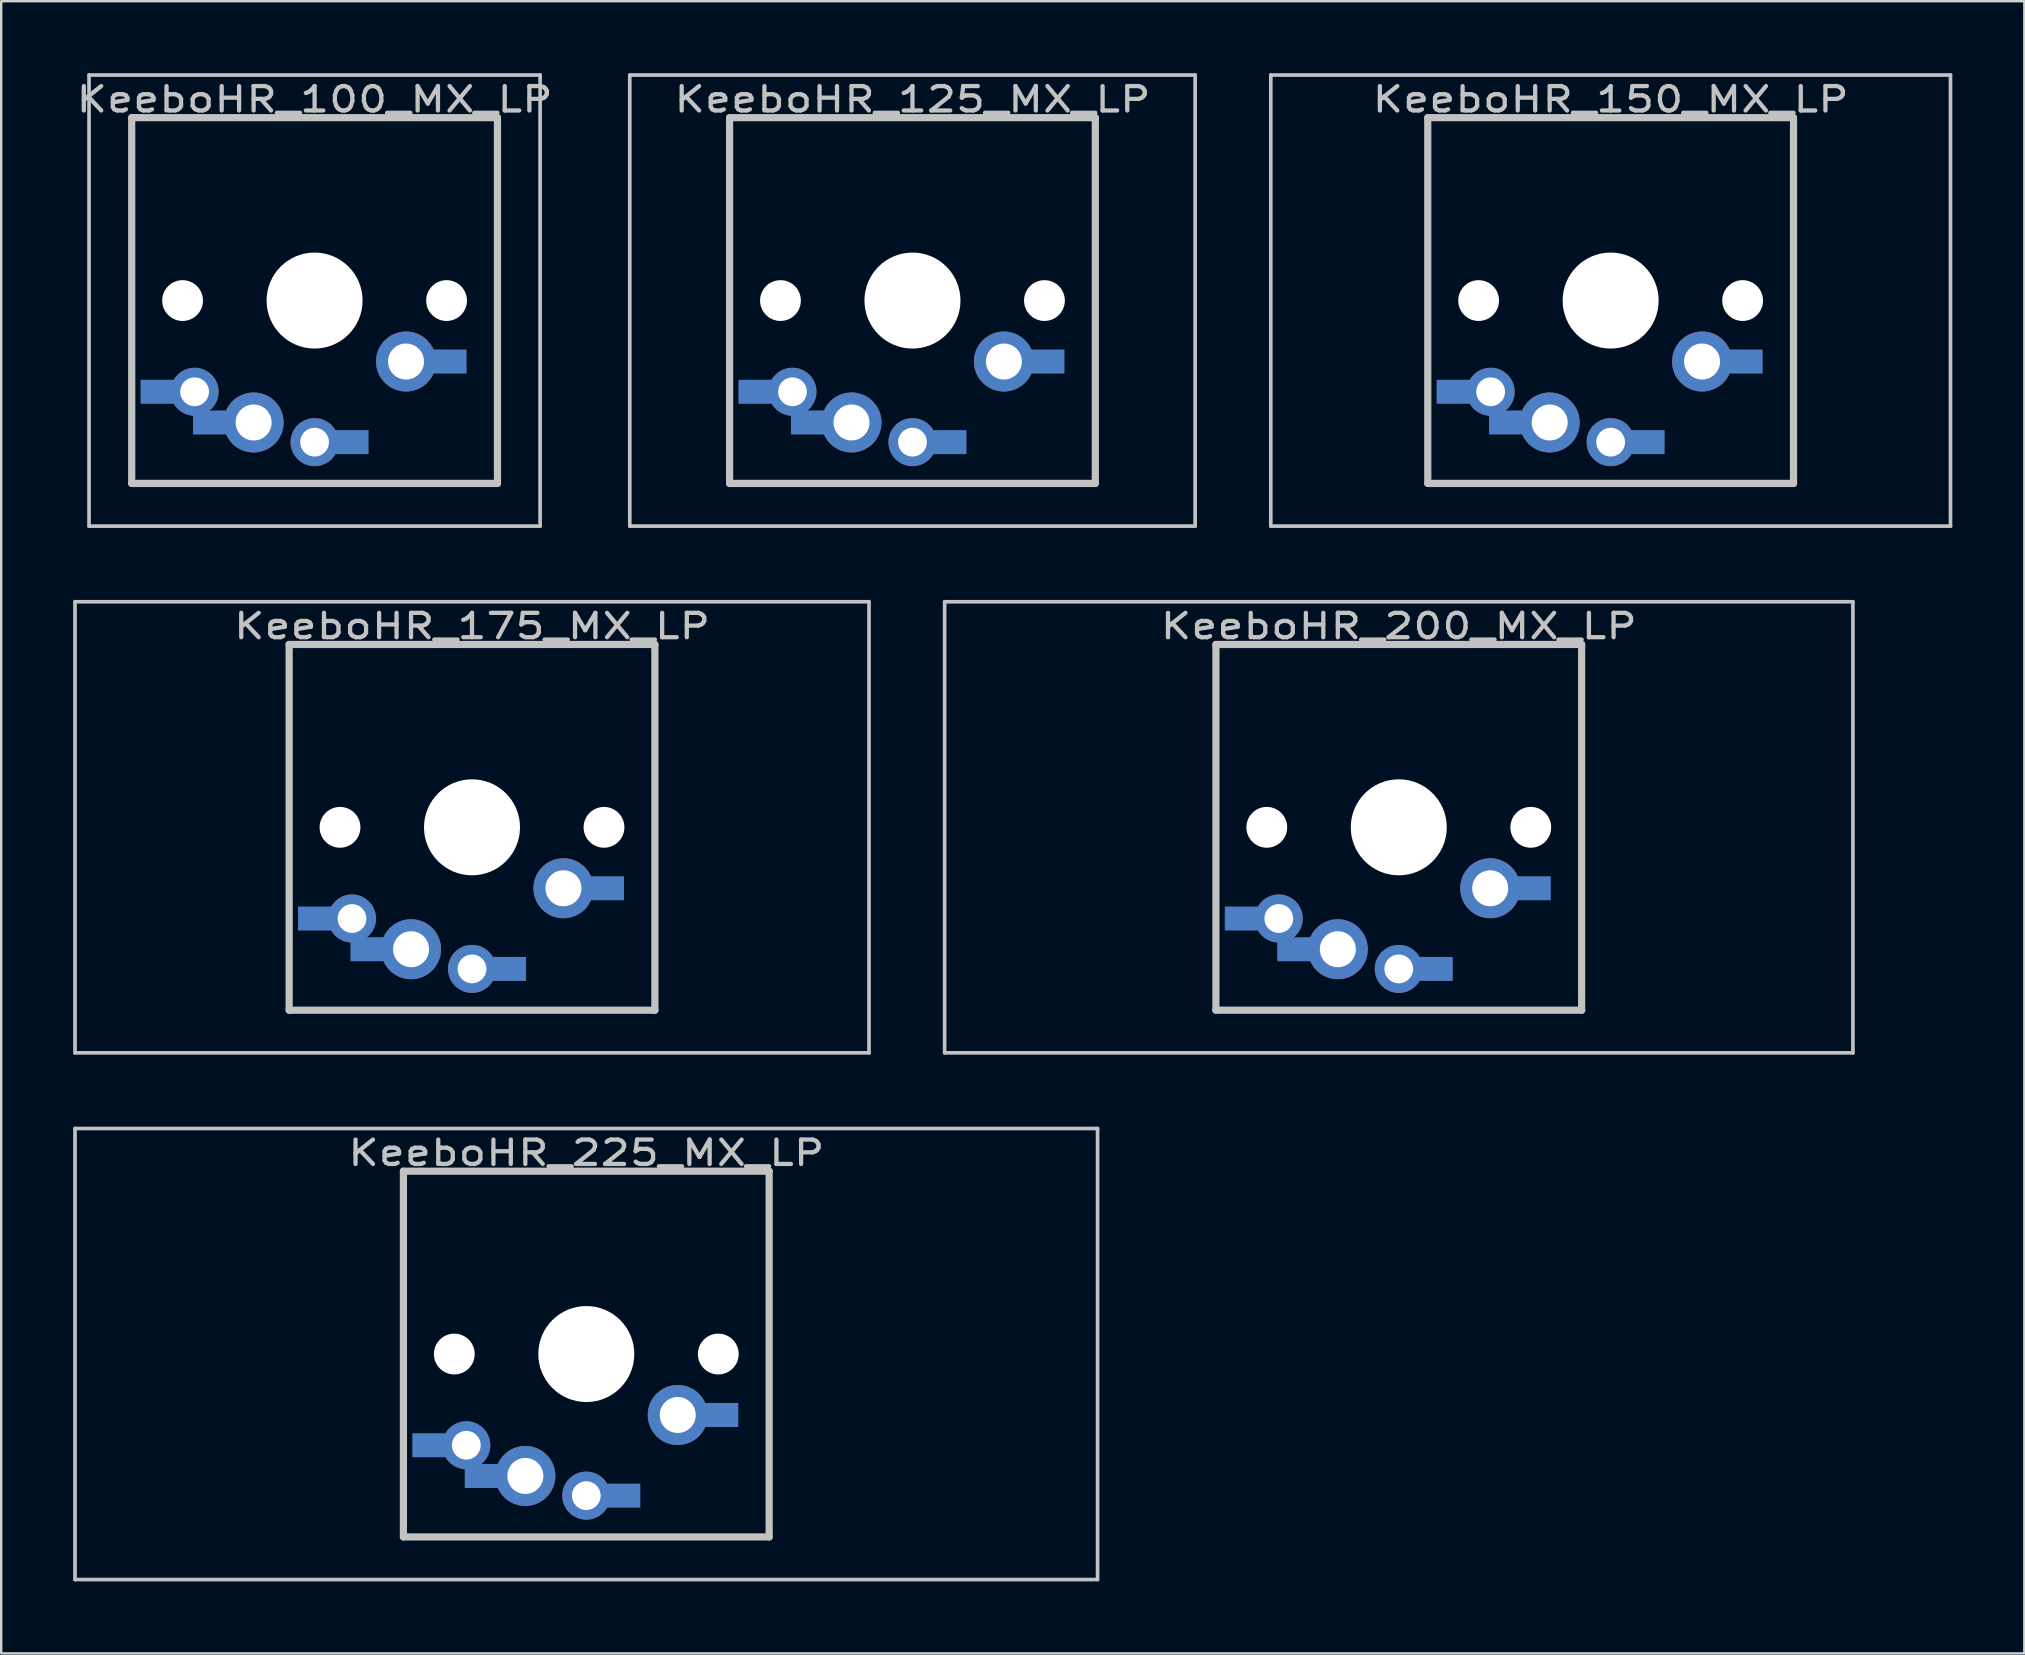
<source format=kicad_pcb>
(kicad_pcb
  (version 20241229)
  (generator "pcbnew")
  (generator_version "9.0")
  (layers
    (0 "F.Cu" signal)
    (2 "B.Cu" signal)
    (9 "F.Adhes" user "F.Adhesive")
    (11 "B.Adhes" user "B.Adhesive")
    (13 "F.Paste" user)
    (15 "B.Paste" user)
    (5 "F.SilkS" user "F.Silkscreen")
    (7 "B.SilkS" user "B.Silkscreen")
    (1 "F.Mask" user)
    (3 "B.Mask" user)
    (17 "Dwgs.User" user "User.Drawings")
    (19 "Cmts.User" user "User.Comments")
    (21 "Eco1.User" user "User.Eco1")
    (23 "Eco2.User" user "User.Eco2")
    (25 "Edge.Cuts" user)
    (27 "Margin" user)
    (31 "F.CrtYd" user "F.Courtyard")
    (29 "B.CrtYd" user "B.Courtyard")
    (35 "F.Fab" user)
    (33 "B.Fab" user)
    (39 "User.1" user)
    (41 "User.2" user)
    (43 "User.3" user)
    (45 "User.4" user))
  (footprint "KeeboHR_225_MX_LP"
    (layer "B.Cu")
    (at 21.38 53.371)
    (property "Reference" "KeeboHR_225_MX_LP" (at 0 -8.382 0) (layer "Dwgs.User") (effects (font (size 1.016 1.27) (thickness 0.178))))
    (attr through_hole)
    (fp_line (start -21.304 -9.398) (end 21.304 -9.398) (stroke (width 0.152) (type solid)) (layer "Dwgs.User"))
    (fp_line (start -21.304 9.398) (end -21.304 -9.398) (stroke (width 0.152) (type solid)) (layer "Dwgs.User"))
    (fp_line (start -7.62 -7.62) (end 7.62 -7.62) (stroke (width 0.3) (type solid)) (layer "Dwgs.User"))
    (fp_line (start -7.62 7.62) (end -7.62 -7.62) (stroke (width 0.3) (type solid)) (layer "Dwgs.User"))
    (fp_line (start 7.62 -7.62) (end 7.62 7.62) (stroke (width 0.3) (type solid)) (layer "Dwgs.User"))
    (fp_line (start 7.62 7.62) (end -7.62 7.62) (stroke (width 0.3) (type solid)) (layer "Dwgs.User"))
    (fp_line (start 21.304 -9.398) (end 21.304 9.398) (stroke (width 0.152) (type solid)) (layer "Dwgs.User"))
    (fp_line (start 21.304 9.398) (end -21.304 9.398) (stroke (width 0.152) (type solid)) (layer "Dwgs.User"))
    (pad "" np_thru_hole circle (at -5.5 0) (size 1.7 1.7) (drill 1.7) (layers "*.Cu" "*.Mask"))
    (pad "" np_thru_hole circle (at 0 0) (size 4 4) (drill 4) (layers "*.Cu" "*.Mask"))
    (pad "" np_thru_hole circle (at 5.5 0) (size 1.7 1.7) (drill 1.7) (layers "*.Cu" "*.Mask"))
    (pad "1" thru_hole circle (at 0 5.9) (size 2 2) (drill 1.2) (layers "*.Cu" "*.Mask"))
    (pad "1" smd rect (at 1.25 5.9) (size 2 1) (layers "B.Cu" "B.Mask"))
    (pad "1" thru_hole circle (at 3.81 2.54) (size 2.5 2.5) (drill 1.5) (layers "*.Cu" "*.Mask"))
    (pad "1" smd rect (at 5.334 2.54) (size 2 1) (layers "B.Cu" "B.Mask"))
    (pad "2" smd rect (at -6.25 3.8) (size 2 1) (layers "B.Cu" "B.Mask"))
    (pad "2" thru_hole circle (at -5 3.8) (size 2 2) (drill 1.2) (layers "*.Cu" "*.Mask"))
    (pad "2" smd rect (at -4.064 5.08) (size 2 1) (layers "B.Cu" "B.Mask"))
    (pad "2" thru_hole circle (at -2.54 5.08) (size 2.5 2.5) (drill 1.5) (layers "*.Cu" "*.Mask")))
  (footprint "KeeboHR_125_MX_LP"
    (layer "B.Cu")
    (at 34.971 9.474)
    (property "Reference" "KeeboHR_125_MX_LP" (at 0 -8.382 0) (layer "Dwgs.User") (effects (font (size 1.016 1.27) (thickness 0.178))))
    (attr through_hole)
    (fp_line (start -11.779 -9.398) (end 11.779 -9.398) (stroke (width 0.152) (type solid)) (layer "Dwgs.User"))
    (fp_line (start -11.779 9.398) (end -11.779 -9.398) (stroke (width 0.152) (type solid)) (layer "Dwgs.User"))
    (fp_line (start -7.62 -7.62) (end 7.62 -7.62) (stroke (width 0.3) (type solid)) (layer "Dwgs.User"))
    (fp_line (start -7.62 7.62) (end -7.62 -7.62) (stroke (width 0.3) (type solid)) (layer "Dwgs.User"))
    (fp_line (start 7.62 -7.62) (end 7.62 7.62) (stroke (width 0.3) (type solid)) (layer "Dwgs.User"))
    (fp_line (start 7.62 7.62) (end -7.62 7.62) (stroke (width 0.3) (type solid)) (layer "Dwgs.User"))
    (fp_line (start 11.779 -9.398) (end 11.779 9.398) (stroke (width 0.152) (type solid)) (layer "Dwgs.User"))
    (fp_line (start 11.779 9.398) (end -11.779 9.398) (stroke (width 0.152) (type solid)) (layer "Dwgs.User"))
    (pad "" np_thru_hole circle (at -5.5 0) (size 1.7 1.7) (drill 1.7) (layers "*.Cu" "*.Mask"))
    (pad "" np_thru_hole circle (at 0 0) (size 4 4) (drill 4) (layers "*.Cu" "*.Mask"))
    (pad "" np_thru_hole circle (at 5.5 0) (size 1.7 1.7) (drill 1.7) (layers "*.Cu" "*.Mask"))
    (pad "1" thru_hole circle (at 0 5.9) (size 2 2) (drill 1.2) (layers "*.Cu" "*.Mask"))
    (pad "1" smd rect (at 1.25 5.9) (size 2 1) (layers "B.Cu" "B.Mask"))
    (pad "1" thru_hole circle (at 3.81 2.54) (size 2.5 2.5) (drill 1.5) (layers "*.Cu" "*.Mask"))
    (pad "1" smd rect (at 5.334 2.54) (size 2 1) (layers "B.Cu" "B.Mask"))
    (pad "2" smd rect (at -6.25 3.8) (size 2 1) (layers "B.Cu" "B.Mask"))
    (pad "2" thru_hole circle (at -5 3.8) (size 2 2) (drill 1.2) (layers "*.Cu" "*.Mask"))
    (pad "2" smd rect (at -4.064 5.08) (size 2 1) (layers "B.Cu" "B.Mask"))
    (pad "2" thru_hole circle (at -2.54 5.08) (size 2.5 2.5) (drill 1.5) (layers "*.Cu" "*.Mask")))
  (footprint "KeeboHR_175_MX_LP"
    (layer "B.Cu")
    (at 16.618 31.423)
    (property "Reference" "KeeboHR_175_MX_LP" (at 0 -8.382 0) (layer "Dwgs.User") (effects (font (size 1.016 1.27) (thickness 0.178))))
    (attr through_hole)
    (fp_line (start -16.542 -9.398) (end 16.542 -9.398) (stroke (width 0.152) (type solid)) (layer "Dwgs.User"))
    (fp_line (start -16.542 9.398) (end -16.542 -9.398) (stroke (width 0.152) (type solid)) (layer "Dwgs.User"))
    (fp_line (start -7.62 -7.62) (end 7.62 -7.62) (stroke (width 0.3) (type solid)) (layer "Dwgs.User"))
    (fp_line (start -7.62 7.62) (end -7.62 -7.62) (stroke (width 0.3) (type solid)) (layer "Dwgs.User"))
    (fp_line (start 7.62 -7.62) (end 7.62 7.62) (stroke (width 0.3) (type solid)) (layer "Dwgs.User"))
    (fp_line (start 7.62 7.62) (end -7.62 7.62) (stroke (width 0.3) (type solid)) (layer "Dwgs.User"))
    (fp_line (start 16.542 -9.398) (end 16.542 9.398) (stroke (width 0.152) (type solid)) (layer "Dwgs.User"))
    (fp_line (start 16.542 9.398) (end -16.542 9.398) (stroke (width 0.152) (type solid)) (layer "Dwgs.User"))
    (pad "" np_thru_hole circle (at -5.5 0) (size 1.7 1.7) (drill 1.7) (layers "*.Cu" "*.Mask"))
    (pad "" np_thru_hole circle (at 0 0) (size 4 4) (drill 4) (layers "*.Cu" "*.Mask"))
    (pad "" np_thru_hole circle (at 5.5 0) (size 1.7 1.7) (drill 1.7) (layers "*.Cu" "*.Mask"))
    (pad "1" thru_hole circle (at 0 5.9) (size 2 2) (drill 1.2) (layers "*.Cu" "*.Mask"))
    (pad "1" smd rect (at 1.25 5.9) (size 2 1) (layers "B.Cu" "B.Mask"))
    (pad "1" thru_hole circle (at 3.81 2.54) (size 2.5 2.5) (drill 1.5) (layers "*.Cu" "*.Mask"))
    (pad "1" smd rect (at 5.334 2.54) (size 2 1) (layers "B.Cu" "B.Mask"))
    (pad "2" smd rect (at -6.25 3.8) (size 2 1) (layers "B.Cu" "B.Mask"))
    (pad "2" thru_hole circle (at -5 3.8) (size 2 2) (drill 1.2) (layers "*.Cu" "*.Mask"))
    (pad "2" smd rect (at -4.064 5.08) (size 2 1) (layers "B.Cu" "B.Mask"))
    (pad "2" thru_hole circle (at -2.54 5.08) (size 2.5 2.5) (drill 1.5) (layers "*.Cu" "*.Mask")))
  (footprint "KeeboHR_100_MX_LP"
    (layer "B.Cu")
    (at 10.058 9.474)
    (property "Reference" "KeeboHR_100_MX_LP" (at 0 -8.382 0) (layer "Dwgs.User") (effects (font (size 1.016 1.27) (thickness 0.178))))
    (attr through_hole)
    (fp_line (start -9.398 -9.398) (end 9.398 -9.398) (stroke (width 0.152) (type solid)) (layer "Dwgs.User"))
    (fp_line (start -9.398 9.398) (end -9.398 -9.398) (stroke (width 0.152) (type solid)) (layer "Dwgs.User"))
    (fp_line (start -7.62 -7.62) (end 7.62 -7.62) (stroke (width 0.3) (type solid)) (layer "Dwgs.User"))
    (fp_line (start -7.62 7.62) (end -7.62 -7.62) (stroke (width 0.3) (type solid)) (layer "Dwgs.User"))
    (fp_line (start 7.62 -7.62) (end 7.62 7.62) (stroke (width 0.3) (type solid)) (layer "Dwgs.User"))
    (fp_line (start 7.62 7.62) (end -7.62 7.62) (stroke (width 0.3) (type solid)) (layer "Dwgs.User"))
    (fp_line (start 9.398 -9.398) (end 9.398 9.398) (stroke (width 0.152) (type solid)) (layer "Dwgs.User"))
    (fp_line (start 9.398 9.398) (end -9.398 9.398) (stroke (width 0.152) (type solid)) (layer "Dwgs.User"))
    (pad "" np_thru_hole circle (at -5.5 0) (size 1.7 1.7) (drill 1.7) (layers "*.Cu" "*.Mask"))
    (pad "" np_thru_hole circle (at 0 0) (size 4 4) (drill 4) (layers "*.Cu" "*.Mask"))
    (pad "" np_thru_hole circle (at 5.5 0) (size 1.7 1.7) (drill 1.7) (layers "*.Cu" "*.Mask"))
    (pad "1" thru_hole circle (at 0 5.9) (size 2 2) (drill 1.2) (layers "*.Cu" "*.Mask"))
    (pad "1" smd rect (at 1.25 5.9) (size 2 1) (layers "B.Cu" "B.Mask"))
    (pad "1" thru_hole circle (at 3.81 2.54) (size 2.5 2.5) (drill 1.5) (layers "*.Cu" "*.Mask"))
    (pad "1" smd rect (at 5.334 2.54) (size 2 1) (layers "B.Cu" "B.Mask"))
    (pad "2" smd rect (at -6.25 3.8) (size 2 1) (layers "B.Cu" "B.Mask"))
    (pad "2" thru_hole circle (at -5 3.8) (size 2 2) (drill 1.2) (layers "*.Cu" "*.Mask"))
    (pad "2" smd rect (at -4.064 5.08) (size 2 1) (layers "B.Cu" "B.Mask"))
    (pad "2" thru_hole circle (at -2.54 5.08) (size 2.5 2.5) (drill 1.5) (layers "*.Cu" "*.Mask")))
  (footprint "KeeboHR_200_MX_LP"
    (layer "B.Cu")
    (at 55.235 31.423)
    (property "Reference" "KeeboHR_200_MX_LP" (at 0 -8.382 0) (layer "Dwgs.User") (effects (font (size 1.016 1.27) (thickness 0.178))))
    (attr through_hole)
    (fp_line (start -18.923 -9.398) (end 18.923 -9.398) (stroke (width 0.152) (type solid)) (layer "Dwgs.User"))
    (fp_line (start -18.923 9.398) (end -18.923 -9.398) (stroke (width 0.152) (type solid)) (layer "Dwgs.User"))
    (fp_line (start -7.62 -7.62) (end 7.62 -7.62) (stroke (width 0.3) (type solid)) (layer "Dwgs.User"))
    (fp_line (start -7.62 7.62) (end -7.62 -7.62) (stroke (width 0.3) (type solid)) (layer "Dwgs.User"))
    (fp_line (start 7.62 -7.62) (end 7.62 7.62) (stroke (width 0.3) (type solid)) (layer "Dwgs.User"))
    (fp_line (start 7.62 7.62) (end -7.62 7.62) (stroke (width 0.3) (type solid)) (layer "Dwgs.User"))
    (fp_line (start 18.923 -9.398) (end 18.923 9.398) (stroke (width 0.152) (type solid)) (layer "Dwgs.User"))
    (fp_line (start 18.923 9.398) (end -18.923 9.398) (stroke (width 0.152) (type solid)) (layer "Dwgs.User"))
    (pad "" np_thru_hole circle (at -5.5 0) (size 1.7 1.7) (drill 1.7) (layers "*.Cu" "*.Mask"))
    (pad "" np_thru_hole circle (at 0 0) (size 4 4) (drill 4) (layers "*.Cu" "*.Mask"))
    (pad "" np_thru_hole circle (at 5.5 0) (size 1.7 1.7) (drill 1.7) (layers "*.Cu" "*.Mask"))
    (pad "1" thru_hole circle (at 0 5.9) (size 2 2) (drill 1.2) (layers "*.Cu" "*.Mask"))
    (pad "1" smd rect (at 1.25 5.9) (size 2 1) (layers "B.Cu" "B.Mask"))
    (pad "1" thru_hole circle (at 3.81 2.54) (size 2.5 2.5) (drill 1.5) (layers "*.Cu" "*.Mask"))
    (pad "1" smd rect (at 5.334 2.54) (size 2 1) (layers "B.Cu" "B.Mask"))
    (pad "2" smd rect (at -6.25 3.8) (size 2 1) (layers "B.Cu" "B.Mask"))
    (pad "2" thru_hole circle (at -5 3.8) (size 2 2) (drill 1.2) (layers "*.Cu" "*.Mask"))
    (pad "2" smd rect (at -4.064 5.08) (size 2 1) (layers "B.Cu" "B.Mask"))
    (pad "2" thru_hole circle (at -2.54 5.08) (size 2.5 2.5) (drill 1.5) (layers "*.Cu" "*.Mask")))
  (footprint "KeeboHR_150_MX_LP"
    (layer "B.Cu")
    (at 64.063 9.474)
    (property "Reference" "KeeboHR_150_MX_LP" (at 0 -8.382 0) (layer "Dwgs.User") (effects (font (size 1.016 1.27) (thickness 0.178))))
    (attr through_hole)
    (fp_line (start -14.161 -9.398) (end 14.161 -9.398) (stroke (width 0.152) (type solid)) (layer "Dwgs.User"))
    (fp_line (start -14.161 9.398) (end -14.161 -9.398) (stroke (width 0.152) (type solid)) (layer "Dwgs.User"))
    (fp_line (start -7.62 -7.62) (end 7.62 -7.62) (stroke (width 0.3) (type solid)) (layer "Dwgs.User"))
    (fp_line (start -7.62 7.62) (end -7.62 -7.62) (stroke (width 0.3) (type solid)) (layer "Dwgs.User"))
    (fp_line (start 7.62 -7.62) (end 7.62 7.62) (stroke (width 0.3) (type solid)) (layer "Dwgs.User"))
    (fp_line (start 7.62 7.62) (end -7.62 7.62) (stroke (width 0.3) (type solid)) (layer "Dwgs.User"))
    (fp_line (start 14.161 -9.398) (end 14.161 9.398) (stroke (width 0.152) (type solid)) (layer "Dwgs.User"))
    (fp_line (start 14.161 9.398) (end -14.161 9.398) (stroke (width 0.152) (type solid)) (layer "Dwgs.User"))
    (pad "" np_thru_hole circle (at -5.5 0) (size 1.7 1.7) (drill 1.7) (layers "*.Cu" "*.Mask"))
    (pad "" np_thru_hole circle (at 0 0) (size 4 4) (drill 4) (layers "*.Cu" "*.Mask"))
    (pad "" np_thru_hole circle (at 5.5 0) (size 1.7 1.7) (drill 1.7) (layers "*.Cu" "*.Mask"))
    (pad "1" thru_hole circle (at 0 5.9) (size 2 2) (drill 1.2) (layers "*.Cu" "*.Mask"))
    (pad "1" smd rect (at 1.25 5.9) (size 2 1) (layers "B.Cu" "B.Mask"))
    (pad "1" thru_hole circle (at 3.81 2.54) (size 2.5 2.5) (drill 1.5) (layers "*.Cu" "*.Mask"))
    (pad "1" smd rect (at 5.334 2.54) (size 2 1) (layers "B.Cu" "B.Mask"))
    (pad "2" smd rect (at -6.25 3.8) (size 2 1) (layers "B.Cu" "B.Mask"))
    (pad "2" thru_hole circle (at -5 3.8) (size 2 2) (drill 1.2) (layers "*.Cu" "*.Mask"))
    (pad "2" smd rect (at -4.064 5.08) (size 2 1) (layers "B.Cu" "B.Mask"))
    (pad "2" thru_hole circle (at -2.54 5.08) (size 2.5 2.5) (drill 1.5) (layers "*.Cu" "*.Mask")))
  (gr_rect
    (start -3 -3)
    (end 81.3 65.845)
    (stroke (width 0.1) (type default))
    (fill no)
    (layer "Edge.Cuts")))
</source>
